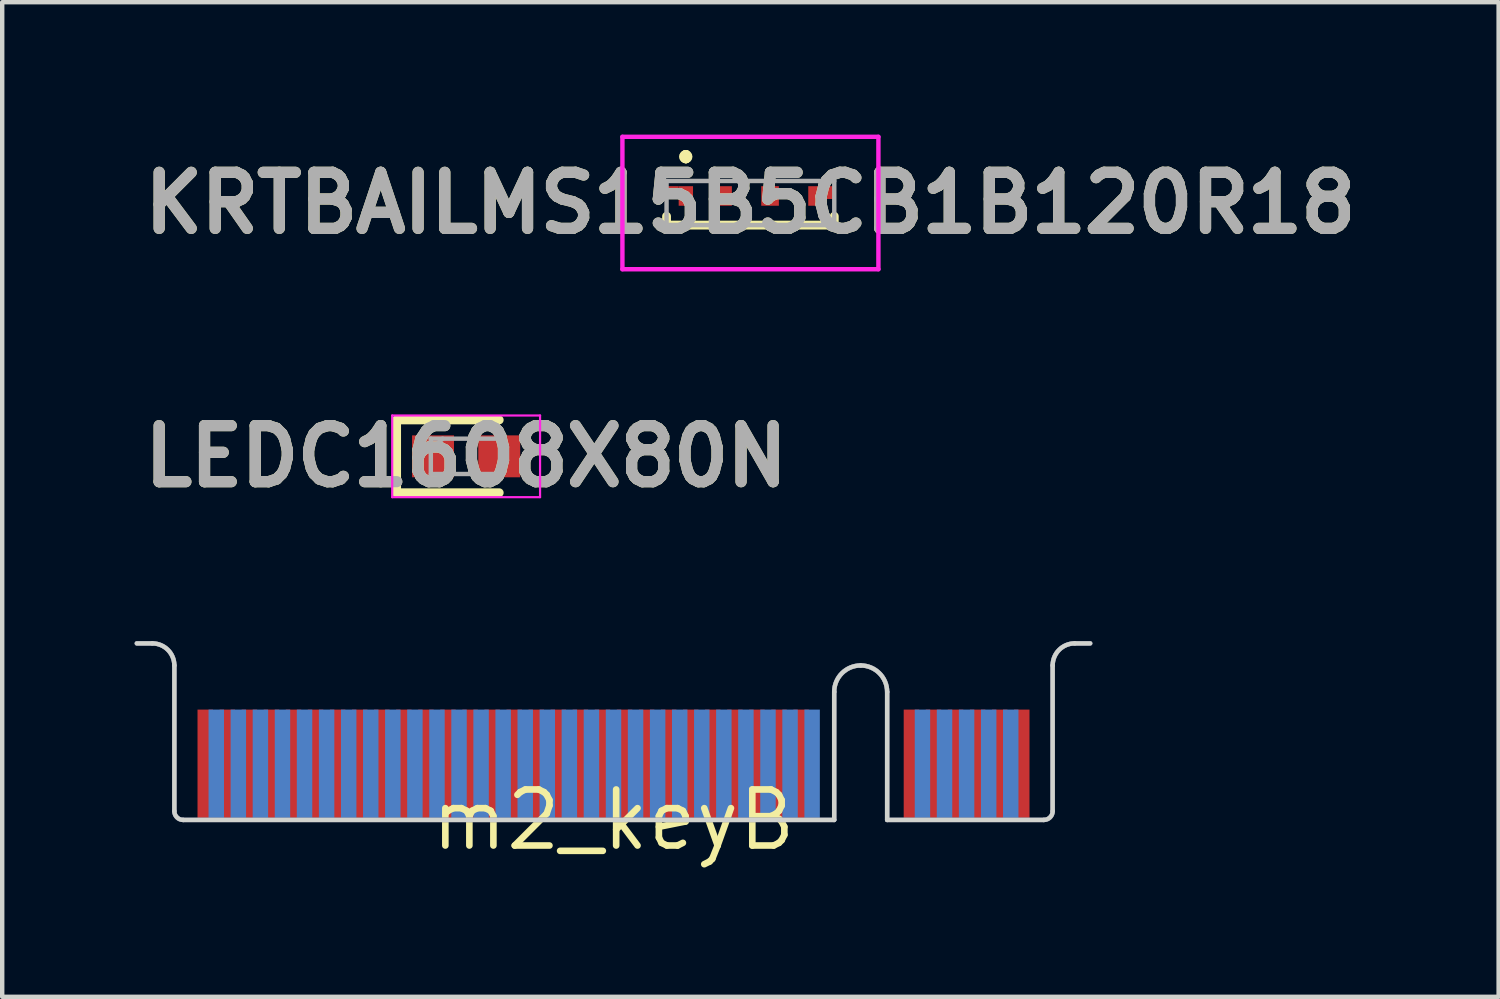
<source format=kicad_pcb>
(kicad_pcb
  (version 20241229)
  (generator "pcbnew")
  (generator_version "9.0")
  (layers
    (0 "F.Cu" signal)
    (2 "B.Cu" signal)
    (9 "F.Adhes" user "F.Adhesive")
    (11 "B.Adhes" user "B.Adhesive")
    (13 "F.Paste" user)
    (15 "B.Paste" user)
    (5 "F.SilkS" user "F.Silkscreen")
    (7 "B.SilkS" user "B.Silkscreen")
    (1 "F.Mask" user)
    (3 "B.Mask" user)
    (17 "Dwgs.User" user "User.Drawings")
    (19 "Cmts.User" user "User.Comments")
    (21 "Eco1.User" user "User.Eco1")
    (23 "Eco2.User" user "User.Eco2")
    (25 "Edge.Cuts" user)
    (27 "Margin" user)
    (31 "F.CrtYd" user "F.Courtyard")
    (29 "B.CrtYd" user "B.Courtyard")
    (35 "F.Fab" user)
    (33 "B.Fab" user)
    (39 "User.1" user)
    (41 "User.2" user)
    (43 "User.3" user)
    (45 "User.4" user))
  (footprint "m2_keyB"
    (layer "F.Cu")
    (at 10.85 15.527)
    (property "Reference" "m2_keyB" (at 0 0 0) (layer "F.SilkS") (effects (font (size 1.27 1.27) (thickness 0.15))))
    (attr through_hole)
    (fp_line (start -10.8 -4) (end -10.45 -4) (stroke (width 0.1) (type solid)) (layer "Edge.Cuts"))
    (fp_line (start -9.95 -3.5) (end -9.95 -0.2) (stroke (width 0.1) (type solid)) (layer "Edge.Cuts"))
    (fp_line (start -9.75 0) (end 5 0) (stroke (width 0.1) (type solid)) (layer "Edge.Cuts"))
    (fp_line (start 5 -2.9) (end 5 0) (stroke (width 0.1) (type solid)) (layer "Edge.Cuts"))
    (fp_line (start 6.2 -2.9) (end 6.2 0) (stroke (width 0.1) (type solid)) (layer "Edge.Cuts"))
    (fp_line (start 6.2 0) (end 9.75 0) (stroke (width 0.1) (type solid)) (layer "Edge.Cuts"))
    (fp_line (start 9.95 -0.2) (end 9.95 -3.5) (stroke (width 0.1) (type solid)) (layer "Edge.Cuts"))
    (fp_line (start 10.45 -4) (end 10.8 -4) (stroke (width 0.1) (type solid)) (layer "Edge.Cuts"))
    (fp_arc (start -10.45 -4) (mid -10.096447 -3.853553) (end -9.95 -3.5) (stroke (width 0.1) (type solid)) (layer "Edge.Cuts"))
    (fp_arc (start -9.75 0) (mid -9.891421 -0.058579) (end -9.95 -0.2) (stroke (width 0.1) (type solid)) (layer "Edge.Cuts"))
    (fp_arc (start 5 -2.9) (mid 5.175736 -3.324264) (end 5.6 -3.5) (stroke (width 0.1) (type solid)) (layer "Edge.Cuts"))
    (fp_arc (start 5.6 -3.5) (mid 6.024264 -3.324264) (end 6.2 -2.9) (stroke (width 0.1) (type solid)) (layer "Edge.Cuts"))
    (fp_arc (start 9.95 -3.5) (mid 10.096447 -3.853553) (end 10.45 -4) (stroke (width 0.1) (type solid)) (layer "Edge.Cuts"))
    (fp_arc (start 9.95 -0.2) (mid 9.891421 -0.058579) (end 9.75 0) (stroke (width 0.1) (type solid)) (layer "Edge.Cuts"))
    (fp_line (start -10.8 -4) (end -10.45 -4) (stroke (width 0.1) (type solid)) (layer "B.Fab"))
    (fp_line (start -9.95 -3.5) (end -9.95 -0.2) (stroke (width 0.1) (type solid)) (layer "B.Fab"))
    (fp_line (start -9.75 0) (end 5 0) (stroke (width 0.1) (type solid)) (layer "B.Fab"))
    (fp_line (start 5 -2.9) (end 5 0) (stroke (width 0.1) (type solid)) (layer "B.Fab"))
    (fp_line (start 6.2 -2.9) (end 6.2 0) (stroke (width 0.1) (type solid)) (layer "B.Fab"))
    (fp_line (start 6.2 0) (end 9.75 0) (stroke (width 0.1) (type solid)) (layer "B.Fab"))
    (fp_line (start 9.95 -0.2) (end 9.95 -3.5) (stroke (width 0.1) (type solid)) (layer "B.Fab"))
    (fp_line (start 10.45 -4) (end 10.8 -4) (stroke (width 0.1) (type solid)) (layer "B.Fab"))
    (fp_arc (start -10.45 -4) (mid -10.096447 -3.853553) (end -9.95 -3.5) (stroke (width 0.1) (type solid)) (layer "B.Fab"))
    (fp_arc (start -9.75 0) (mid -9.891421 -0.058579) (end -9.95 -0.2) (stroke (width 0.1) (type solid)) (layer "B.Fab"))
    (fp_arc (start 5 -2.9) (mid 5.175736 -3.324264) (end 5.6 -3.5) (stroke (width 0.1) (type solid)) (layer "B.Fab"))
    (fp_arc (start 5.6 -3.5) (mid 6.024264 -3.324264) (end 6.2 -2.9) (stroke (width 0.1) (type solid)) (layer "B.Fab"))
    (fp_arc (start 9.95 -3.5) (mid 10.096447 -3.853553) (end 10.45 -4) (stroke (width 0.1) (type solid)) (layer "B.Fab"))
    (fp_arc (start 9.95 -0.2) (mid 9.891421 -0.058579) (end 9.75 0) (stroke (width 0.1) (type solid)) (layer "B.Fab"))
    (fp_line (start -10.8 -4) (end -10.45 -4) (stroke (width 0.1) (type solid)) (layer "F.Fab"))
    (fp_line (start -9.95 -3.5) (end -9.95 -0.2) (stroke (width 0.1) (type solid)) (layer "F.Fab"))
    (fp_line (start -9.75 0) (end 5 0) (stroke (width 0.1) (type solid)) (layer "F.Fab"))
    (fp_line (start 5 -2.9) (end 5 0) (stroke (width 0.1) (type solid)) (layer "F.Fab"))
    (fp_line (start 6.2 -2.9) (end 6.2 0) (stroke (width 0.1) (type solid)) (layer "F.Fab"))
    (fp_line (start 6.2 0) (end 9.75 0) (stroke (width 0.1) (type solid)) (layer "F.Fab"))
    (fp_line (start 9.95 -0.2) (end 9.95 -3.5) (stroke (width 0.1) (type solid)) (layer "F.Fab"))
    (fp_line (start 10.45 -4) (end 10.8 -4) (stroke (width 0.1) (type solid)) (layer "F.Fab"))
    (fp_arc (start -10.45 -4) (mid -10.096447 -3.853553) (end -9.95 -3.5) (stroke (width 0.1) (type solid)) (layer "F.Fab"))
    (fp_arc (start -9.75 0) (mid -9.891421 -0.058579) (end -9.95 -0.2) (stroke (width 0.1) (type solid)) (layer "F.Fab"))
    (fp_arc (start 5 -2.9) (mid 5.175736 -3.324264) (end 5.6 -3.5) (stroke (width 0.1) (type solid)) (layer "F.Fab"))
    (fp_arc (start 5.6 -3.5) (mid 6.024264 -3.324264) (end 6.2 -2.9) (stroke (width 0.1) (type solid)) (layer "F.Fab"))
    (fp_arc (start 9.95 -3.5) (mid 10.096447 -3.853553) (end 10.45 -4) (stroke (width 0.1) (type solid)) (layer "F.Fab"))
    (fp_arc (start 9.95 -0.2) (mid 9.891421 -0.058579) (end 9.75 0) (stroke (width 0.1) (type solid)) (layer "F.Fab"))
    (pad "1" smd rect (at 9.25 -1.25) (size 0.35 2.5) (layers "F.Cu" "F.Mask" "F.Paste"))
    (pad "2" smd rect (at 9 -1.25) (size 0.35 2.5) (layers "B.Cu" "B.Mask" "B.Paste"))
    (pad "3" smd rect (at 8.75 -1.25) (size 0.35 2.5) (layers "F.Cu" "F.Mask" "F.Paste"))
    (pad "4" smd rect (at 8.5 -1.25) (size 0.35 2.5) (layers "B.Cu" "B.Mask" "B.Paste"))
    (pad "5" smd rect (at 8.25 -1.25) (size 0.35 2.5) (layers "F.Cu" "F.Mask" "F.Paste"))
    (pad "6" smd rect (at 8 -1.25) (size 0.35 2.5) (layers "B.Cu" "B.Mask" "B.Paste"))
    (pad "7" smd rect (at 7.75 -1.25) (size 0.35 2.5) (layers "F.Cu" "F.Mask" "F.Paste"))
    (pad "8" smd rect (at 7.5 -1.25) (size 0.35 2.5) (layers "B.Cu" "B.Mask" "B.Paste"))
    (pad "9" smd rect (at 7.25 -1.25) (size 0.35 2.5) (layers "F.Cu" "F.Mask" "F.Paste"))
    (pad "10" smd rect (at 7 -1.25) (size 0.35 2.5) (layers "B.Cu" "B.Mask" "B.Paste"))
    (pad "11" smd rect (at 6.75 -1.25) (size 0.35 2.5) (layers "F.Cu" "F.Mask" "F.Paste"))
    (pad "20" smd rect (at 4.5 -1.25) (size 0.35 2.5) (layers "B.Cu" "B.Mask" "B.Paste"))
    (pad "21" smd rect (at 4.25 -1.25) (size 0.35 2.5) (layers "F.Cu" "F.Mask" "F.Paste"))
    (pad "22" smd rect (at 4 -1.25) (size 0.35 2.5) (layers "B.Cu" "B.Mask" "B.Paste"))
    (pad "23" smd rect (at 3.75 -1.25) (size 0.35 2.5) (layers "F.Cu" "F.Mask" "F.Paste"))
    (pad "24" smd rect (at 3.5 -1.25) (size 0.35 2.5) (layers "B.Cu" "B.Mask" "B.Paste"))
    (pad "25" smd rect (at 3.25 -1.25) (size 0.35 2.5) (layers "F.Cu" "F.Mask" "F.Paste"))
    (pad "26" smd rect (at 3 -1.25) (size 0.35 2.5) (layers "B.Cu" "B.Mask" "B.Paste"))
    (pad "27" smd rect (at 2.75 -1.25) (size 0.35 2.5) (layers "F.Cu" "F.Mask" "F.Paste"))
    (pad "28" smd rect (at 2.5 -1.25) (size 0.35 2.5) (layers "B.Cu" "B.Mask" "B.Paste"))
    (pad "29" smd rect (at 2.25 -1.25) (size 0.35 2.5) (layers "F.Cu" "F.Mask" "F.Paste"))
    (pad "30" smd rect (at 2 -1.25) (size 0.35 2.5) (layers "B.Cu" "B.Mask" "B.Paste"))
    (pad "31" smd rect (at 1.75 -1.25) (size 0.35 2.5) (layers "F.Cu" "F.Mask" "F.Paste"))
    (pad "32" smd rect (at 1.5 -1.25) (size 0.35 2.5) (layers "B.Cu" "B.Mask" "B.Paste"))
    (pad "33" smd rect (at 1.25 -1.25) (size 0.35 2.5) (layers "F.Cu" "F.Mask" "F.Paste"))
    (pad "34" smd rect (at 1 -1.25) (size 0.35 2.5) (layers "B.Cu" "B.Mask" "B.Paste"))
    (pad "35" smd rect (at 0.75 -1.25) (size 0.35 2.5) (layers "F.Cu" "F.Mask" "F.Paste"))
    (pad "36" smd rect (at 0.5 -1.25) (size 0.35 2.5) (layers "B.Cu" "B.Mask" "B.Paste"))
    (pad "37" smd rect (at 0.25 -1.25) (size 0.35 2.5) (layers "F.Cu" "F.Mask" "F.Paste"))
    (pad "38" smd rect (at 0 -1.25) (size 0.35 2.5) (layers "B.Cu" "B.Mask" "B.Paste"))
    (pad "39" smd rect (at -0.25 -1.25) (size 0.35 2.5) (layers "F.Cu" "F.Mask" "F.Paste"))
    (pad "40" smd rect (at -0.5 -1.25) (size 0.35 2.5) (layers "B.Cu" "B.Mask" "B.Paste"))
    (pad "41" smd rect (at -0.75 -1.25) (size 0.35 2.5) (layers "F.Cu" "F.Mask" "F.Paste"))
    (pad "42" smd rect (at -1 -1.25) (size 0.35 2.5) (layers "B.Cu" "B.Mask" "B.Paste"))
    (pad "43" smd rect (at -1.25 -1.25) (size 0.35 2.5) (layers "F.Cu" "F.Mask" "F.Paste"))
    (pad "44" smd rect (at -1.5 -1.25) (size 0.35 2.5) (layers "B.Cu" "B.Mask" "B.Paste"))
    (pad "45" smd rect (at -1.75 -1.25) (size 0.35 2.5) (layers "F.Cu" "F.Mask" "F.Paste"))
    (pad "46" smd rect (at -2 -1.25) (size 0.35 2.5) (layers "B.Cu" "B.Mask" "B.Paste"))
    (pad "47" smd rect (at -2.25 -1.25) (size 0.35 2.5) (layers "F.Cu" "F.Mask" "F.Paste"))
    (pad "48" smd rect (at -2.5 -1.25) (size 0.35 2.5) (layers "B.Cu" "B.Mask" "B.Paste"))
    (pad "49" smd rect (at -2.75 -1.25) (size 0.35 2.5) (layers "F.Cu" "F.Mask" "F.Paste"))
    (pad "50" smd rect (at -3 -1.25) (size 0.35 2.5) (layers "B.Cu" "B.Mask" "B.Paste"))
    (pad "51" smd rect (at -3.25 -1.25) (size 0.35 2.5) (layers "F.Cu" "F.Mask" "F.Paste"))
    (pad "52" smd rect (at -3.5 -1.25) (size 0.35 2.5) (layers "B.Cu" "B.Mask" "B.Paste"))
    (pad "53" smd rect (at -3.75 -1.25) (size 0.35 2.5) (layers "F.Cu" "F.Mask" "F.Paste"))
    (pad "54" smd rect (at -4 -1.25) (size 0.35 2.5) (layers "B.Cu" "B.Mask" "B.Paste"))
    (pad "55" smd rect (at -4.25 -1.25) (size 0.35 2.5) (layers "F.Cu" "F.Mask" "F.Paste"))
    (pad "56" smd rect (at -4.5 -1.25) (size 0.35 2.5) (layers "B.Cu" "B.Mask" "B.Paste"))
    (pad "57" smd rect (at -4.75 -1.25) (size 0.35 2.5) (layers "F.Cu" "F.Mask" "F.Paste"))
    (pad "58" smd rect (at -5 -1.25) (size 0.35 2.5) (layers "B.Cu" "B.Mask" "B.Paste"))
    (pad "59" smd rect (at -5.25 -1.25) (size 0.35 2.5) (layers "F.Cu" "F.Mask" "F.Paste"))
    (pad "60" smd rect (at -5.5 -1.25) (size 0.35 2.5) (layers "B.Cu" "B.Mask" "B.Paste"))
    (pad "61" smd rect (at -5.75 -1.25) (size 0.35 2.5) (layers "F.Cu" "F.Mask" "F.Paste"))
    (pad "62" smd rect (at -6 -1.25) (size 0.35 2.5) (layers "B.Cu" "B.Mask" "B.Paste"))
    (pad "63" smd rect (at -6.25 -1.25) (size 0.35 2.5) (layers "F.Cu" "F.Mask" "F.Paste"))
    (pad "64" smd rect (at -6.5 -1.25) (size 0.35 2.5) (layers "B.Cu" "B.Mask" "B.Paste"))
    (pad "65" smd rect (at -6.75 -1.25) (size 0.35 2.5) (layers "F.Cu" "F.Mask" "F.Paste"))
    (pad "66" smd rect (at -7 -1.25) (size 0.35 2.5) (layers "B.Cu" "B.Mask" "B.Paste"))
    (pad "67" smd rect (at -7.25 -1.25) (size 0.35 2.5) (layers "F.Cu" "F.Mask" "F.Paste"))
    (pad "68" smd rect (at -7.5 -1.25) (size 0.35 2.5) (layers "B.Cu" "B.Mask" "B.Paste"))
    (pad "69" smd rect (at -7.75 -1.25) (size 0.35 2.5) (layers "F.Cu" "F.Mask" "F.Paste"))
    (pad "70" smd rect (at -8 -1.25) (size 0.35 2.5) (layers "B.Cu" "B.Mask" "B.Paste"))
    (pad "71" smd rect (at -8.25 -1.25) (size 0.35 2.5) (layers "F.Cu" "F.Mask" "F.Paste"))
    (pad "72" smd rect (at -8.5 -1.25) (size 0.35 2.5) (layers "B.Cu" "B.Mask" "B.Paste"))
    (pad "73" smd rect (at -8.75 -1.25) (size 0.35 2.5) (layers "F.Cu" "F.Mask" "F.Paste"))
    (pad "74" smd rect (at -9 -1.25) (size 0.35 2.5) (layers "B.Cu" "B.Mask" "B.Paste"))
    (pad "75" smd rect (at -9.25 -1.25) (size 0.35 2.5) (layers "F.Cu" "F.Mask" "F.Paste")))
  (footprint "KRTBAILMS15B5CB1B120R18"
    (layer "F.Cu")
    (at 13.952 1.55)
    (property "Reference" "KRTBAILMS15B5CB1B120R18" (at 0 0 0) (layer "F.SilkS") (effects (font (size 1.27 1.27) (thickness 0.254))))
    (attr smd)
    (fp_line (start -1.9 0.3) (end -1.9 0.5) (stroke (width 0.2) (type solid)) (layer "F.SilkS"))
    (fp_line (start -1.9 0.5) (end 1.9 0.5) (stroke (width 0.2) (type solid)) (layer "F.SilkS"))
    (fp_line (start -1.463 -1.1) (end -1.463 -1.1) (stroke (width 0.2) (type solid)) (layer "F.SilkS"))
    (fp_line (start -1.463 -1.1) (end -1.463 -1.1) (stroke (width 0.2) (type solid)) (layer "F.SilkS"))
    (fp_line (start -1.463 -1) (end -1.463 -1) (stroke (width 0.2) (type solid)) (layer "F.SilkS"))
    (fp_line (start 1.9 0.5) (end 1.9 0.3) (stroke (width 0.2) (type solid)) (layer "F.SilkS"))
    (fp_arc (start -1.463 -1.1) (mid -1.413 -1.05) (end -1.463 -1) (stroke (width 0.2) (type solid)) (layer "F.SilkS"))
    (fp_arc (start -1.463 -1) (mid -1.513 -1.05) (end -1.463 -1.1) (stroke (width 0.2) (type solid)) (layer "F.SilkS"))
    (fp_arc (start -1.463 -1) (mid -1.513 -1.05) (end -1.463 -1.1) (stroke (width 0.2) (type solid)) (layer "F.SilkS"))
    (fp_line (start -2.9 -1.5) (end 2.9 -1.5) (stroke (width 0.1) (type solid)) (layer "F.CrtYd"))
    (fp_line (start -2.9 1.5) (end -2.9 -1.5) (stroke (width 0.1) (type solid)) (layer "F.CrtYd"))
    (fp_line (start 2.9 -1.5) (end 2.9 1.5) (stroke (width 0.1) (type solid)) (layer "F.CrtYd"))
    (fp_line (start 2.9 1.5) (end -2.9 1.5) (stroke (width 0.1) (type solid)) (layer "F.CrtYd"))
    (fp_line (start -1.9 -0.5) (end -1.9 0.5) (stroke (width 0.1) (type solid)) (layer "F.Fab"))
    (fp_line (start -1.9 0.5) (end 1.9 0.5) (stroke (width 0.1) (type solid)) (layer "F.Fab"))
    (fp_line (start 1.9 -0.5) (end -1.9 -0.5) (stroke (width 0.1) (type solid)) (layer "F.Fab"))
    (fp_line (start 1.9 0.5) (end 1.9 -0.5) (stroke (width 0.1) (type solid)) (layer "F.Fab"))
    (fp_text user "${REFERENCE}" (at 0 0 0) (layer "F.Fab") (effects (font (size 1.27 1.27) (thickness 0.254))))
    (pad "1" smd rect (at -1.463 -0.16) (size 0.325 0.443) (layers "F.Cu" "F.Mask" "F.Paste"))
    (pad "2" smd rect (at -0.57 -0.16) (size 0.3 0.443) (layers "F.Cu" "F.Mask" "F.Paste"))
    (pad "3" smd rect (at 0.445 -0.16) (size 0.4 0.443) (layers "F.Cu" "F.Mask" "F.Paste"))
    (pad "4" smd rect (at 1.473 -0.16) (size 0.325 0.443) (layers "F.Cu" "F.Mask" "F.Paste"))
    (pad "5" smd rect (at 1.768 -0.237) (size 0.265 0.29) (layers "F.Cu" "F.Mask" "F.Paste"))
    (pad "6" smd rect (at -1.758 -0.237) (size 0.265 0.29) (layers "F.Cu" "F.Mask" "F.Paste")))
  (footprint "LEDC1608X80N"
    (layer "F.Cu")
    (at 7.511 7.289)
    (property "Reference" "LEDC1608X80N" (at 0 0 0) (layer "F.SilkS") (effects (font (size 1.27 1.27) (thickness 0.254))))
    (attr smd)
    (fp_line (start -1.575 -0.825) (end -1.575 0.825) (stroke (width 0.2) (type solid)) (layer "F.SilkS"))
    (fp_line (start -1.575 0.825) (end 0.75 0.825) (stroke (width 0.2) (type solid)) (layer "F.SilkS"))
    (fp_line (start 0.75 -0.825) (end -1.575 -0.825) (stroke (width 0.2) (type solid)) (layer "F.SilkS"))
    (fp_line (start -1.675 -0.925) (end 1.675 -0.925) (stroke (width 0.05) (type solid)) (layer "F.CrtYd"))
    (fp_line (start -1.675 0.925) (end -1.675 -0.925) (stroke (width 0.05) (type solid)) (layer "F.CrtYd"))
    (fp_line (start 1.675 -0.925) (end 1.675 0.925) (stroke (width 0.05) (type solid)) (layer "F.CrtYd"))
    (fp_line (start 1.675 0.925) (end -1.675 0.925) (stroke (width 0.05) (type solid)) (layer "F.CrtYd"))
    (fp_line (start -0.8 -0.4) (end 0.8 -0.4) (stroke (width 0.1) (type solid)) (layer "F.Fab"))
    (fp_line (start -0.8 -0.133) (end -0.533 -0.4) (stroke (width 0.1) (type solid)) (layer "F.Fab"))
    (fp_line (start -0.8 0.4) (end -0.8 -0.4) (stroke (width 0.1) (type solid)) (layer "F.Fab"))
    (fp_line (start 0.8 -0.4) (end 0.8 0.4) (stroke (width 0.1) (type solid)) (layer "F.Fab"))
    (fp_line (start 0.8 0.4) (end -0.8 0.4) (stroke (width 0.1) (type solid)) (layer "F.Fab"))
    (fp_text user "${REFERENCE}" (at 0 0 0) (layer "F.Fab") (effects (font (size 1.27 1.27) (thickness 0.254))))
    (pad "1" smd rect (at -0.75 0 90) (size 0.95 0.95) (layers "F.Cu" "F.Mask" "F.Paste"))
    (pad "2" smd rect (at 0.75 0 90) (size 0.95 0.95) (layers "F.Cu" "F.Mask" "F.Paste")))
  (gr_rect
    (start -3 -3)
    (end 30.904 19.534)
    (stroke (width 0.1) (type default))
    (fill no)
    (layer "Edge.Cuts")))
</source>
